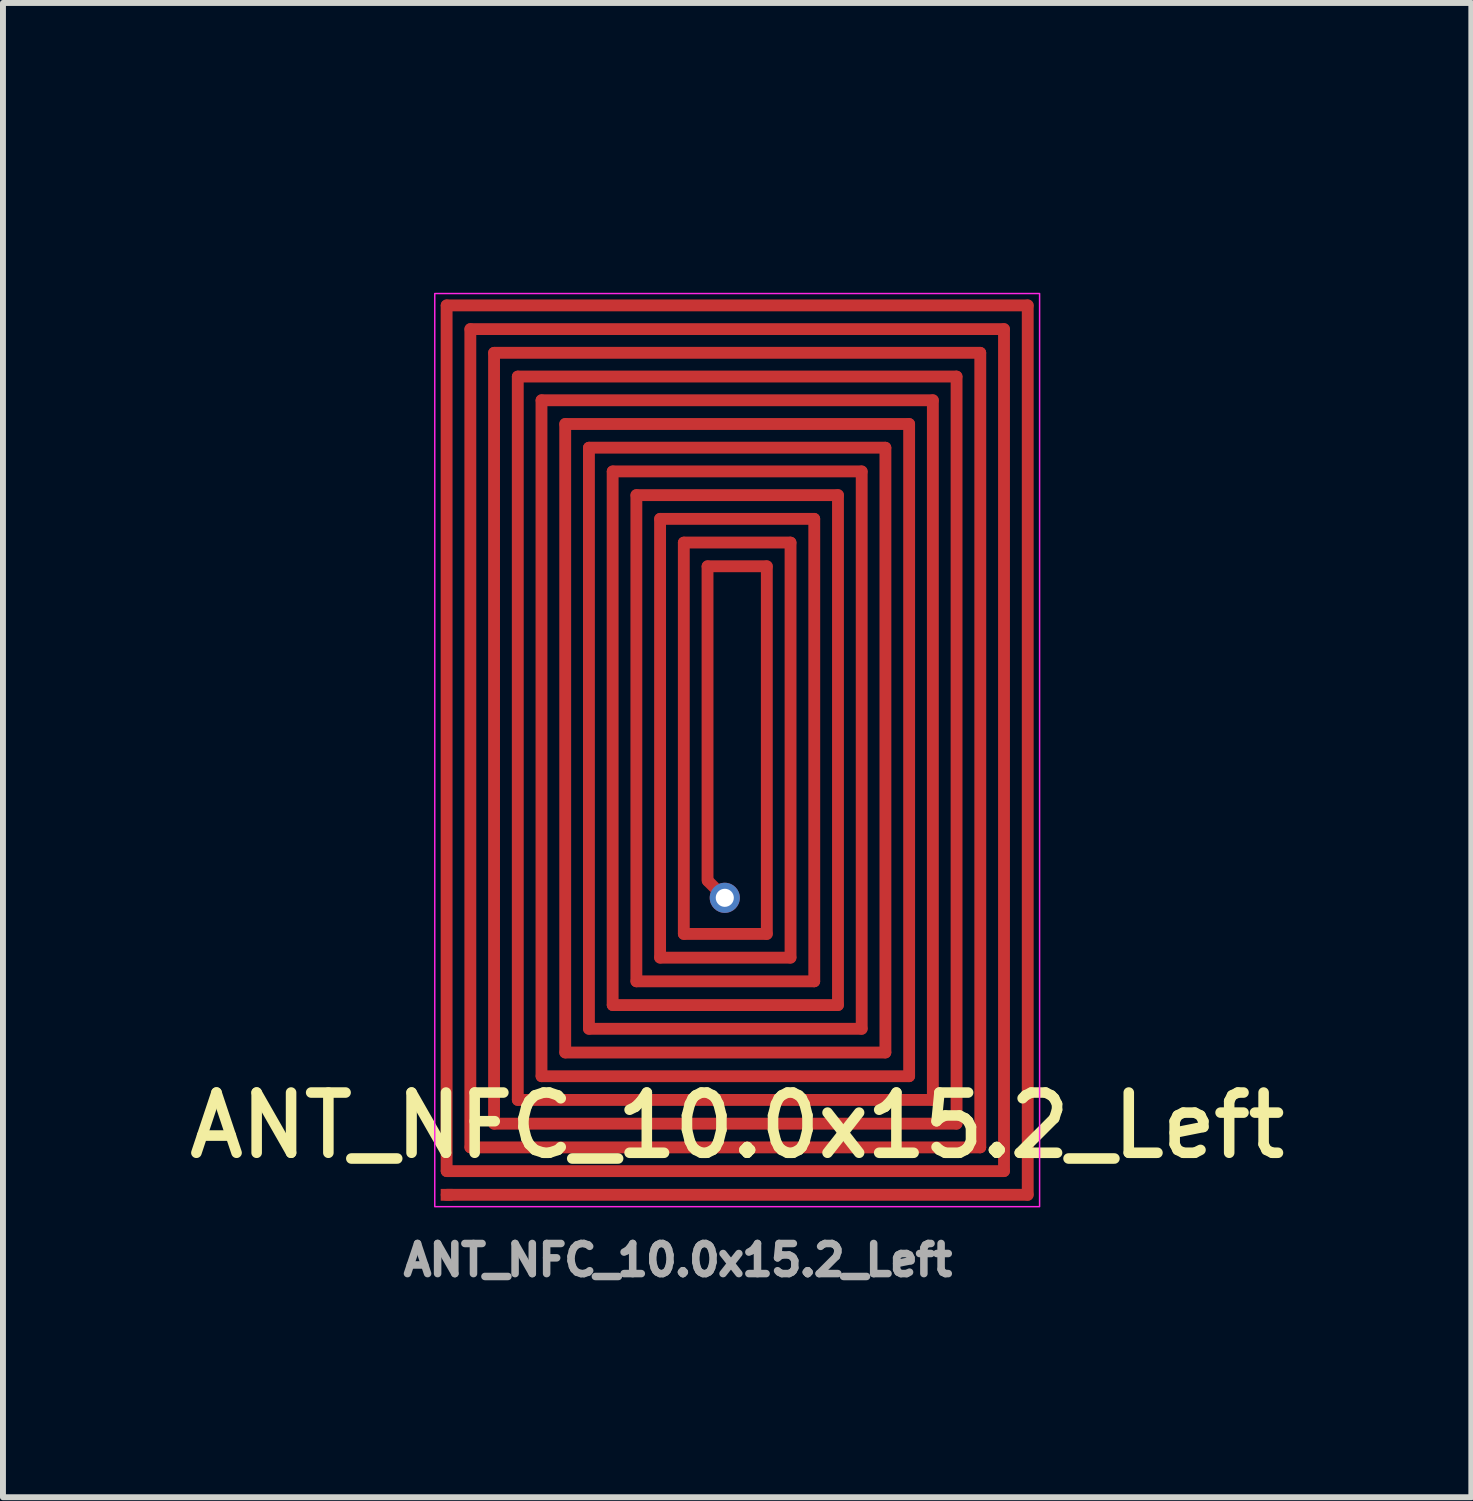
<source format=kicad_pcb>
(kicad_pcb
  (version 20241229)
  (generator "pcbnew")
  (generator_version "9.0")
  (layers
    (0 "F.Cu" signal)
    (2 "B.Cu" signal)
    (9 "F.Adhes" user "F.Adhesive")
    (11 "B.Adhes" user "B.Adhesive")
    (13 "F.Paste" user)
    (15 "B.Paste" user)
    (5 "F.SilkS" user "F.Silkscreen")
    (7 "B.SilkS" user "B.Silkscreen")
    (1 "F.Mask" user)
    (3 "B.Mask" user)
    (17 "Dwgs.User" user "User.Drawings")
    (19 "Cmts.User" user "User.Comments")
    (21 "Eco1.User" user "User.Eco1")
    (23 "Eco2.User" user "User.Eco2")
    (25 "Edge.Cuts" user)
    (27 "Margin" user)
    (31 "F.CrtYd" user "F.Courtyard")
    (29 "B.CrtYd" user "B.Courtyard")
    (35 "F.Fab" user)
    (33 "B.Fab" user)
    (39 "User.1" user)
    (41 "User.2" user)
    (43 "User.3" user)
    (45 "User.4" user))
  (footprint "ANT_NFC_10.0x15.2_Left"
    (layer "F.Cu")
    (at 4.382 17.2)
    (property "Reference" "ANT_NFC_10.0x15.2_Left" (at 5 -1.27 0) (layer "F.SilkS") (effects (font (size 1.016 1.016) (thickness 0.178))))
    (attr smd)
    (fp_rect (start -0.1 0.1) (end 10.1 -15.3) (stroke (width 0.025) (type solid)) (fill no) (layer "F.CrtYd"))
    (fp_text user "${REFERENCE}" (at 4 1 0) (layer "F.Fab") (effects (font (size 0.508 0.508) (thickness 0.127))))
    (pad "1" smd roundrect (at 0.1 -7.8) (size 0.2 14.8) (layers "F.Cu") (roundrect_rratio 0.5))
    (pad "1" smd rect (at 0.1 -0.1) (size 0.2 0.2) (layers "F.Cu"))
    (pad "1" smd roundrect (at 0.5 -7.8) (size 0.2 14) (layers "F.Cu") (roundrect_rratio 0.5))
    (pad "1" smd roundrect (at 0.9 -7.8) (size 0.2 13.2) (layers "F.Cu") (roundrect_rratio 0.5))
    (pad "1" smd roundrect (at 1.3 -7.8) (size 0.2 12.4) (layers "F.Cu") (roundrect_rratio 0.5))
    (pad "1" smd roundrect (at 1.7 -7.8) (size 0.2 11.6) (layers "F.Cu") (roundrect_rratio 0.5))
    (pad "1" smd roundrect (at 2.1 -7.8) (size 0.2 10.8) (layers "F.Cu") (roundrect_rratio 0.5))
    (pad "1" smd roundrect (at 2.5 -7.8) (size 0.2 10) (layers "F.Cu") (roundrect_rratio 0.5))
    (pad "1" smd roundrect (at 2.9 -7.8) (size 0.2 9.2) (layers "F.Cu") (roundrect_rratio 0.5))
    (pad "1" smd roundrect (at 3.3 -7.8) (size 0.2 8.4) (layers "F.Cu") (roundrect_rratio 0.5))
    (pad "1" smd roundrect (at 3.7 -7.8) (size 0.2 7.6) (layers "F.Cu") (roundrect_rratio 0.5))
    (pad "1" smd roundrect (at 4.1 -7.8) (size 0.2 6.8) (layers "F.Cu") (roundrect_rratio 0.5))
    (pad "1" smd roundrect (at 4.8 -4.5) (size 1.6 0.2) (layers "F.Cu") (roundrect_rratio 0.5))
    (pad "1" smd roundrect (at 4.8 -4.1) (size 2.4 0.2) (layers "F.Cu") (roundrect_rratio 0.5))
    (pad "1" smd roundrect (at 4.8 -3.7) (size 3.2 0.2) (layers "F.Cu") (roundrect_rratio 0.5))
    (pad "1" smd roundrect (at 4.8 -3.3) (size 4 0.2) (layers "F.Cu") (roundrect_rratio 0.5))
    (pad "1" smd roundrect (at 4.8 -2.9) (size 4.8 0.2) (layers "F.Cu") (roundrect_rratio 0.5))
    (pad "1" smd roundrect (at 4.8 -2.5) (size 5.6 0.2) (layers "F.Cu") (roundrect_rratio 0.5))
    (pad "1" smd roundrect (at 4.8 -2.1) (size 6.4 0.2) (layers "F.Cu") (roundrect_rratio 0.5))
    (pad "1" smd roundrect (at 4.8 -1.7) (size 7.2 0.2) (layers "F.Cu") (roundrect_rratio 0.5))
    (pad "1" smd roundrect (at 4.8 -1.3) (size 8 0.2) (layers "F.Cu") (roundrect_rratio 0.5))
    (pad "1" smd roundrect (at 4.8 -0.9) (size 8.8 0.2) (layers "F.Cu") (roundrect_rratio 0.5))
    (pad "1" smd roundrect (at 4.8 -0.5) (size 9.6 0.2) (layers "F.Cu") (roundrect_rratio 0.5))
    (pad "1" smd roundrect (at 5 -15.1) (size 10 0.2) (layers "F.Cu") (roundrect_rratio 0.5))
    (pad "1" smd roundrect (at 5 -14.7) (size 9.2 0.2) (layers "F.Cu") (roundrect_rratio 0.5))
    (pad "1" smd roundrect (at 5 -14.3) (size 8.4 0.2) (layers "F.Cu") (roundrect_rratio 0.5))
    (pad "1" smd roundrect (at 5 -13.9) (size 7.6 0.2) (layers "F.Cu") (roundrect_rratio 0.5))
    (pad "1" smd roundrect (at 5 -13.5) (size 6.8 0.2) (layers "F.Cu") (roundrect_rratio 0.5))
    (pad "1" smd roundrect (at 5 -13.1) (size 6 0.2) (layers "F.Cu") (roundrect_rratio 0.5))
    (pad "1" smd roundrect (at 5 -12.7) (size 5.2 0.2) (layers "F.Cu") (roundrect_rratio 0.5))
    (pad "1" smd roundrect (at 5 -12.3) (size 4.4 0.2) (layers "F.Cu") (roundrect_rratio 0.5))
    (pad "1" smd roundrect (at 5 -11.9) (size 3.6 0.2) (layers "F.Cu") (roundrect_rratio 0.5))
    (pad "1" smd roundrect (at 5 -11.5) (size 2.8 0.2) (layers "F.Cu") (roundrect_rratio 0.5))
    (pad "1" smd roundrect (at 5 -11.1) (size 2 0.2) (layers "F.Cu") (roundrect_rratio 0.5))
    (pad "1" smd roundrect (at 5 -10.7) (size 1.2 0.2) (layers "F.Cu") (roundrect_rratio 0.5))
    (pad "1" smd roundrect (at 5 -0.1) (size 10 0.2) (layers "F.Cu") (roundrect_rratio 0.5))
    (pad "1" smd roundrect (at 5.5 -7.6) (size 0.2 6.4) (layers "F.Cu") (roundrect_rratio 0.5))
    (pad "1" smd roundrect (at 5.9 -7.6) (size 0.2 7.2) (layers "F.Cu") (roundrect_rratio 0.5))
    (pad "1" smd roundrect (at 6.3 -7.6) (size 0.2 8) (layers "F.Cu") (roundrect_rratio 0.5))
    (pad "1" smd roundrect (at 6.7 -7.6) (size 0.2 8.8) (layers "F.Cu") (roundrect_rratio 0.5))
    (pad "1" smd roundrect (at 7.1 -7.6) (size 0.2 9.6) (layers "F.Cu") (roundrect_rratio 0.5))
    (pad "1" smd roundrect (at 7.5 -7.6) (size 0.2 10.4) (layers "F.Cu") (roundrect_rratio 0.5))
    (pad "1" smd roundrect (at 7.9 -7.6) (size 0.2 11.2) (layers "F.Cu") (roundrect_rratio 0.5))
    (pad "1" smd roundrect (at 8.3 -7.6) (size 0.2 12) (layers "F.Cu") (roundrect_rratio 0.5))
    (pad "1" smd roundrect (at 8.7 -7.6) (size 0.2 12.8) (layers "F.Cu") (roundrect_rratio 0.5))
    (pad "1" smd roundrect (at 9.1 -7.6) (size 0.2 13.6) (layers "F.Cu") (roundrect_rratio 0.5))
    (pad "1" smd roundrect (at 9.5 -7.6) (size 0.2 14.4) (layers "F.Cu") (roundrect_rratio 0.5))
    (pad "1" smd roundrect (at 9.9 -7.6) (size 0.2 15.2) (layers "F.Cu") (roundrect_rratio 0.5))
    (pad "2" smd roundrect (at 4.5 -8.05) (size 0.2 5.5) (layers "F.Cu") (roundrect_rratio 0.5))
    (pad "2" smd roundrect (at 4.65 -5.25 45) (size 0.2 0.6) (layers "F.Cu") (roundrect_rratio 0.5))
    (pad "2" thru_hole circle (at 4.791 -5.109) (size 0.508 0.508) (drill 0.305) (layers "*.Cu" "*.Mask"))
    (zone (net_name "") (layer "F.Cu") (hatch edge 0.508) (connect_pads) (min_thickness 0.254) (filled_areas_thickness no) (keepout (tracks allowed) (vias allowed) (pads allowed) (copperpour not_allowed) (footprints allowed)) (placement (enabled no)) (fill) (polygon (pts (xy 4.382 19.2) (xy 2.382 19.2) (xy 2.382 0) (xy 4.382 0))))
    (zone (net_name "") (layer "F.Cu") (hatch edge 0.508) (connect_pads) (min_thickness 0.254) (filled_areas_thickness no) (keepout (tracks allowed) (vias allowed) (pads allowed) (copperpour not_allowed) (footprints allowed)) (placement (enabled no)) (fill) (polygon (pts (xy 16.382 2) (xy 2.382 2) (xy 2.382 0) (xy 16.382 0))))
    (zone (net_name "") (layer "F.Cu") (hatch edge 0.508) (connect_pads) (min_thickness 0.254) (filled_areas_thickness no) (keepout (tracks allowed) (vias allowed) (pads allowed) (copperpour not_allowed) (footprints allowed)) (placement (enabled no)) (fill) (polygon (pts (xy 16.382 19.2) (xy 2.382 19.2) (xy 2.382 17.2) (xy 16.382 17.2))))
    (zone (net_name "") (layer "F.Cu") (hatch edge 0.508) (connect_pads) (min_thickness 0.254) (filled_areas_thickness no) (keepout (tracks allowed) (vias allowed) (pads allowed) (copperpour not_allowed) (footprints allowed)) (placement (enabled no)) (fill) (polygon (pts (xy 16.382 19.2) (xy 14.382 19.2) (xy 14.382 0) (xy 16.382 0)))))
  (gr_rect
    (start -3 -3)
    (end 21.763 22.2)
    (stroke (width 0.1) (type default))
    (fill no)
    (layer "Edge.Cuts")))
</source>
